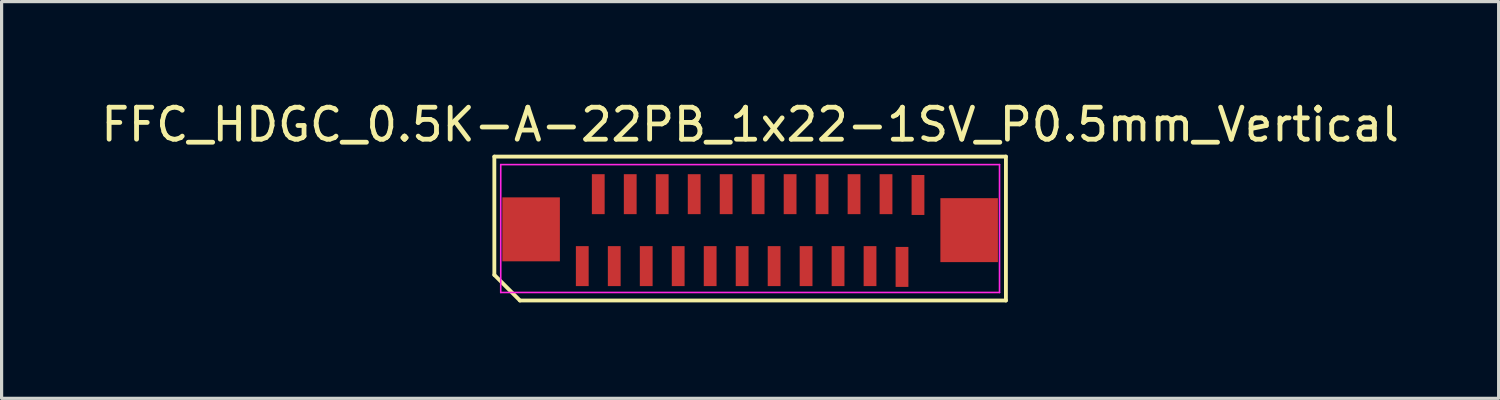
<source format=kicad_pcb>
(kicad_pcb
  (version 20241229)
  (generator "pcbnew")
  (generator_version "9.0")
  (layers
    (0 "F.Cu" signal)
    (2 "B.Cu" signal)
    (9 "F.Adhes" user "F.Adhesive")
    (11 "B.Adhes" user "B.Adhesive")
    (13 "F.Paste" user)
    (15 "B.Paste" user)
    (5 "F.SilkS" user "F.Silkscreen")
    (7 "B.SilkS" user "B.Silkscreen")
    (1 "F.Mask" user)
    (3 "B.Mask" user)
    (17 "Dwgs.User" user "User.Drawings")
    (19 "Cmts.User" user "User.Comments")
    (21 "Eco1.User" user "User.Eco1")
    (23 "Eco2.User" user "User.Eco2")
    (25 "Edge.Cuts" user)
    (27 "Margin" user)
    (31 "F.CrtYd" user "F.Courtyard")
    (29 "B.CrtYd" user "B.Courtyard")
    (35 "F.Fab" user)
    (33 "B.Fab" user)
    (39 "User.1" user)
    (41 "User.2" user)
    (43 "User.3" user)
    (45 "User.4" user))
  (footprint "FFC_HDGC_0.5K-A-22PB_1x22-1SV_P0.5mm_Vertical"
    (layer "F.Cu")
    (at 20.411 4.098)
    (property "Reference" "FFC_HDGC_0.5K-A-22PB_1x22-1SV_P0.5mm_Vertical" (at 0 -3.25 180) (layer "F.SilkS") (effects (font (size 1 1) (thickness 0.15))))
    (attr smd)
    (fp_line (start -8 -2.25) (end 8 -2.25) (stroke (width 0.12) (type default)) (layer "F.SilkS"))
    (fp_line (start -8 1.45) (end -8 -2.25) (stroke (width 0.12) (type default)) (layer "F.SilkS"))
    (fp_line (start -7.2 2.25) (end -8 1.45) (stroke (width 0.12) (type default)) (layer "F.SilkS"))
    (fp_line (start 8 -2.25) (end 8 2.25) (stroke (width 0.12) (type default)) (layer "F.SilkS"))
    (fp_line (start 8 2.25) (end -7.2 2.25) (stroke (width 0.12) (type default)) (layer "F.SilkS"))
    (fp_line (start -7.8 -2) (end 7.8 -2) (stroke (width 0.05) (type default)) (layer "F.CrtYd"))
    (fp_line (start -7.8 2) (end -7.8 -2) (stroke (width 0.05) (type default)) (layer "F.CrtYd"))
    (fp_line (start 7.8 -2) (end 7.8 2) (stroke (width 0.05) (type default)) (layer "F.CrtYd"))
    (fp_line (start 7.8 2) (end -7.8 2) (stroke (width 0.05) (type default)) (layer "F.CrtYd"))
    (pad "1" smd rect (at -5.25 1.175) (size 0.4 1.25) (layers "F.Cu" "F.Mask" "F.Paste"))
    (pad "2" smd rect (at -4.75 -1.075) (size 0.4 1.25) (layers "F.Cu" "F.Mask" "F.Paste"))
    (pad "3" smd rect (at -4.25 1.175) (size 0.4 1.25) (layers "F.Cu" "F.Mask" "F.Paste"))
    (pad "4" smd rect (at -3.75 -1.075) (size 0.4 1.25) (layers "F.Cu" "F.Mask" "F.Paste"))
    (pad "5" smd rect (at -3.25 1.175) (size 0.4 1.25) (layers "F.Cu" "F.Mask" "F.Paste"))
    (pad "6" smd rect (at -2.75 -1.075) (size 0.4 1.25) (layers "F.Cu" "F.Mask" "F.Paste"))
    (pad "7" smd rect (at -2.25 1.175) (size 0.4 1.25) (layers "F.Cu" "F.Mask" "F.Paste"))
    (pad "8" smd rect (at -1.75 -1.075) (size 0.4 1.25) (layers "F.Cu" "F.Mask" "F.Paste"))
    (pad "9" smd rect (at -1.25 1.175) (size 0.4 1.25) (layers "F.Cu" "F.Mask" "F.Paste"))
    (pad "10" smd rect (at -0.75 -1.075) (size 0.4 1.25) (layers "F.Cu" "F.Mask" "F.Paste"))
    (pad "11" smd rect (at -0.25 1.175) (size 0.4 1.25) (layers "F.Cu" "F.Mask" "F.Paste"))
    (pad "12" smd rect (at 0.25 -1.075) (size 0.4 1.25) (layers "F.Cu" "F.Mask" "F.Paste"))
    (pad "13" smd rect (at 0.75 1.175) (size 0.4 1.25) (layers "F.Cu" "F.Mask" "F.Paste"))
    (pad "14" smd rect (at 1.25 -1.075) (size 0.4 1.25) (layers "F.Cu" "F.Mask" "F.Paste"))
    (pad "15" smd rect (at 1.75 1.175) (size 0.4 1.25) (layers "F.Cu" "F.Mask" "F.Paste"))
    (pad "16" smd rect (at 2.25 -1.075) (size 0.4 1.25) (layers "F.Cu" "F.Mask" "F.Paste"))
    (pad "17" smd rect (at 2.75 1.175) (size 0.4 1.25) (layers "F.Cu" "F.Mask" "F.Paste"))
    (pad "18" smd rect (at 3.25 -1.075) (size 0.4 1.25) (layers "F.Cu" "F.Mask" "F.Paste"))
    (pad "19" smd rect (at 3.75 1.175) (size 0.4 1.25) (layers "F.Cu" "F.Mask" "F.Paste"))
    (pad "20" smd rect (at 4.25 -1.075) (size 0.4 1.25) (layers "F.Cu" "F.Mask" "F.Paste"))
    (pad "21" smd rect (at 4.75 1.2) (size 0.4 1.25) (layers "F.Cu" "F.Mask" "F.Paste"))
    (pad "22" smd rect (at 5.25 -1.05) (size 0.4 1.25) (layers "F.Cu" "F.Mask" "F.Paste"))
    (pad "MP" smd rect (at -6.85 0.025) (size 1.8 2) (layers "F.Cu" "F.Mask" "F.Paste"))
    (pad "MP" smd rect (at 6.85 0.05) (size 1.8 2) (layers "F.Cu" "F.Mask" "F.Paste")))
  (gr_rect
    (start -3 -3)
    (end 43.821 9.408)
    (stroke (width 0.1) (type default))
    (fill no)
    (layer "Edge.Cuts")))
</source>
